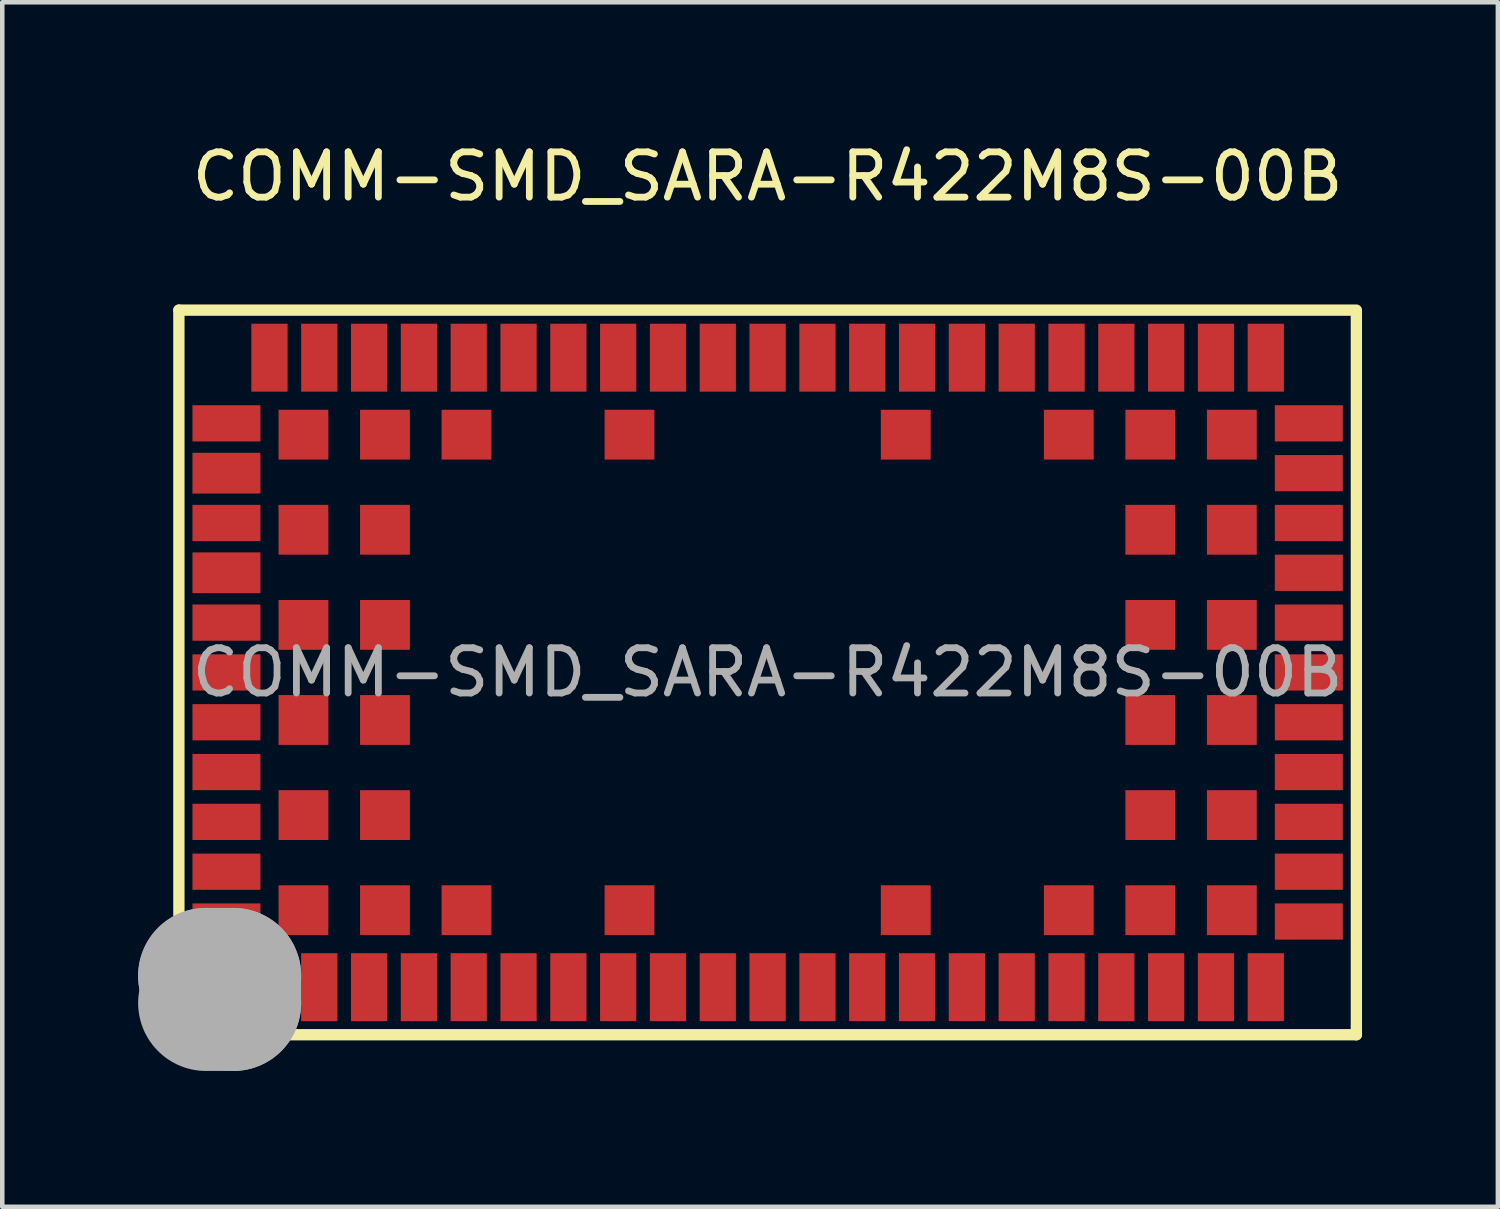
<source format=kicad_pcb>
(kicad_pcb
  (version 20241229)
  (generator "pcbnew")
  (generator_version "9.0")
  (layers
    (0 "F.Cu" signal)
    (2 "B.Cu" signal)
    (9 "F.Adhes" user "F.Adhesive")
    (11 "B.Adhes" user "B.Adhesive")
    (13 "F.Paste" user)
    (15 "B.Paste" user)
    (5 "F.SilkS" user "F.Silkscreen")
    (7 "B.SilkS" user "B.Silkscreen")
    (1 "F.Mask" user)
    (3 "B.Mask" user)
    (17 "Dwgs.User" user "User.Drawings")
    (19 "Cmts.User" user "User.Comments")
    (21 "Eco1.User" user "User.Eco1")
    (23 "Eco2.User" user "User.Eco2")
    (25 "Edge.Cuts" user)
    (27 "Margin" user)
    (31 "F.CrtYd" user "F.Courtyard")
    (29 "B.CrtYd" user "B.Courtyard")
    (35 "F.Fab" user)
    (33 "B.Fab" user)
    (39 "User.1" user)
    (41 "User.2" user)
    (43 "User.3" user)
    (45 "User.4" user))
  (footprint "COMM-SMD_SARA-R422M8S-00B"
    (layer "F.Cu")
    (at 13.9 11.798)
    (property "Reference" "COMM-SMD_SARA-R422M8S-00B" (at 0 -10.95 0) (layer "F.SilkS") (effects (font (size 1 1) (thickness 0.15))))
    (attr through_hole)
    (fp_line (start -13 -8) (end -13 8) (stroke (width 0.25) (type solid)) (layer "F.SilkS"))
    (fp_line (start -13 8) (end 13 8) (stroke (width 0.25) (type solid)) (layer "F.SilkS"))
    (fp_line (start 13 -8) (end -13 -8) (stroke (width 0.25) (type solid)) (layer "F.SilkS"))
    (fp_line (start 13 8) (end 13 -7.97) (stroke (width 0.25) (type solid)) (layer "F.SilkS"))
    (fp_line (start -12.4 6.7) (end -12.4 6.7) (stroke (width 3) (type solid)) (layer "F.Fab"))
    (fp_line (start -12.4 6.7) (end -11.8 6.7) (stroke (width 3) (type solid)) (layer "F.Fab"))
    (fp_line (start -11.8 6.7) (end -11.8 7.3) (stroke (width 3) (type solid)) (layer "F.Fab"))
    (fp_line (start -11.8 7.3) (end -12.4 7.3) (stroke (width 3) (type solid)) (layer "F.Fab"))
    (fp_circle (center -13 8) (end -12.97 8) (stroke (width 0.06) (type solid)) (fill no) (layer "F.Fab"))
    (fp_text user "${REFERENCE}" (at 0 0 0) (layer "F.Fab") (effects (font (size 1 1) (thickness 0.15))))
    (pad "1" smd rect (at -11 6.95 180) (size 0.8 1.5) (layers "F.Cu" "F.Mask" "F.Paste"))
    (pad "2" smd rect (at -9.9 6.95 180) (size 0.8 1.5) (layers "F.Cu" "F.Mask" "F.Paste"))
    (pad "3" smd rect (at -8.8 6.95 180) (size 0.8 1.5) (layers "F.Cu" "F.Mask" "F.Paste"))
    (pad "4" smd rect (at -7.7 6.95 180) (size 0.8 1.5) (layers "F.Cu" "F.Mask" "F.Paste"))
    (pad "5" smd rect (at -6.6 6.95 180) (size 0.8 1.5) (layers "F.Cu" "F.Mask" "F.Paste"))
    (pad "6" smd rect (at -5.5 6.95 180) (size 0.8 1.5) (layers "F.Cu" "F.Mask" "F.Paste"))
    (pad "7" smd rect (at -4.4 6.95 180) (size 0.8 1.5) (layers "F.Cu" "F.Mask" "F.Paste"))
    (pad "8" smd rect (at -3.3 6.95 180) (size 0.8 1.5) (layers "F.Cu" "F.Mask" "F.Paste"))
    (pad "9" smd rect (at -2.2 6.95 180) (size 0.8 1.5) (layers "F.Cu" "F.Mask" "F.Paste"))
    (pad "10" smd rect (at -1.1 6.95 180) (size 0.8 1.5) (layers "F.Cu" "F.Mask" "F.Paste"))
    (pad "11" smd rect (at 0 6.95 180) (size 0.8 1.5) (layers "F.Cu" "F.Mask" "F.Paste"))
    (pad "12" smd rect (at 1.1 6.95 180) (size 0.8 1.5) (layers "F.Cu" "F.Mask" "F.Paste"))
    (pad "13" smd rect (at 2.2 6.95 180) (size 0.8 1.5) (layers "F.Cu" "F.Mask" "F.Paste"))
    (pad "14" smd rect (at 3.3 6.95 180) (size 0.8 1.5) (layers "F.Cu" "F.Mask" "F.Paste"))
    (pad "15" smd rect (at 4.4 6.95 180) (size 0.8 1.5) (layers "F.Cu" "F.Mask" "F.Paste"))
    (pad "16" smd rect (at 5.5 6.95 180) (size 0.8 1.5) (layers "F.Cu" "F.Mask" "F.Paste"))
    (pad "17" smd rect (at 6.6 6.95 180) (size 0.8 1.5) (layers "F.Cu" "F.Mask" "F.Paste"))
    (pad "18" smd rect (at 7.7 6.95 180) (size 0.8 1.5) (layers "F.Cu" "F.Mask" "F.Paste"))
    (pad "19" smd rect (at 8.8 6.95 180) (size 0.8 1.5) (layers "F.Cu" "F.Mask" "F.Paste"))
    (pad "20" smd rect (at 9.9 6.95 180) (size 0.8 1.5) (layers "F.Cu" "F.Mask" "F.Paste"))
    (pad "21" smd rect (at 11 6.95 180) (size 0.8 1.5) (layers "F.Cu" "F.Mask" "F.Paste"))
    (pad "22" smd rect (at 11.95 5.5 180) (size 1.5 0.8) (layers "F.Cu" "F.Mask" "F.Paste"))
    (pad "23" smd rect (at 11.95 4.4 180) (size 1.5 0.8) (layers "F.Cu" "F.Mask" "F.Paste"))
    (pad "24" smd rect (at 11.95 3.3 180) (size 1.5 0.8) (layers "F.Cu" "F.Mask" "F.Paste"))
    (pad "25" smd rect (at 11.95 2.2 180) (size 1.5 0.8) (layers "F.Cu" "F.Mask" "F.Paste"))
    (pad "26" smd rect (at 11.95 1.1 180) (size 1.5 0.8) (layers "F.Cu" "F.Mask" "F.Paste"))
    (pad "27" smd rect (at 11.95 0 180) (size 1.5 0.8) (layers "F.Cu" "F.Mask" "F.Paste"))
    (pad "28" smd rect (at 11.95 -1.1 180) (size 1.5 0.8) (layers "F.Cu" "F.Mask" "F.Paste"))
    (pad "29" smd rect (at 11.95 -2.2 180) (size 1.5 0.8) (layers "F.Cu" "F.Mask" "F.Paste"))
    (pad "30" smd rect (at 11.95 -3.3 180) (size 1.5 0.8) (layers "F.Cu" "F.Mask" "F.Paste"))
    (pad "31" smd rect (at 11.95 -4.4 180) (size 1.5 0.8) (layers "F.Cu" "F.Mask" "F.Paste"))
    (pad "32" smd rect (at 11.95 -5.5 180) (size 1.5 0.8) (layers "F.Cu" "F.Mask" "F.Paste"))
    (pad "33" smd rect (at 11 -6.95 180) (size 0.8 1.5) (layers "F.Cu" "F.Mask" "F.Paste"))
    (pad "34" smd rect (at 9.9 -6.95 180) (size 0.8 1.5) (layers "F.Cu" "F.Mask" "F.Paste"))
    (pad "35" smd rect (at 8.8 -6.95 180) (size 0.8 1.5) (layers "F.Cu" "F.Mask" "F.Paste"))
    (pad "36" smd rect (at 7.7 -6.95 180) (size 0.8 1.5) (layers "F.Cu" "F.Mask" "F.Paste"))
    (pad "37" smd rect (at 6.6 -6.95 180) (size 0.8 1.5) (layers "F.Cu" "F.Mask" "F.Paste"))
    (pad "38" smd rect (at 5.5 -6.95 180) (size 0.8 1.5) (layers "F.Cu" "F.Mask" "F.Paste"))
    (pad "39" smd rect (at 4.4 -6.95 180) (size 0.8 1.5) (layers "F.Cu" "F.Mask" "F.Paste"))
    (pad "40" smd rect (at 3.3 -6.95 180) (size 0.8 1.5) (layers "F.Cu" "F.Mask" "F.Paste"))
    (pad "41" smd rect (at 2.2 -6.95 180) (size 0.8 1.5) (layers "F.Cu" "F.Mask" "F.Paste"))
    (pad "42" smd rect (at 1.1 -6.95 180) (size 0.8 1.5) (layers "F.Cu" "F.Mask" "F.Paste"))
    (pad "43" smd rect (at 0 -6.95 180) (size 0.8 1.5) (layers "F.Cu" "F.Mask" "F.Paste"))
    (pad "44" smd rect (at -1.1 -6.95 180) (size 0.8 1.5) (layers "F.Cu" "F.Mask" "F.Paste"))
    (pad "45" smd rect (at -2.2 -6.95 180) (size 0.8 1.5) (layers "F.Cu" "F.Mask" "F.Paste"))
    (pad "46" smd rect (at -3.3 -6.95 180) (size 0.8 1.5) (layers "F.Cu" "F.Mask" "F.Paste"))
    (pad "47" smd rect (at -4.4 -6.95 180) (size 0.8 1.5) (layers "F.Cu" "F.Mask" "F.Paste"))
    (pad "48" smd rect (at -5.5 -6.95 180) (size 0.8 1.5) (layers "F.Cu" "F.Mask" "F.Paste"))
    (pad "49" smd rect (at -6.6 -6.95 180) (size 0.8 1.5) (layers "F.Cu" "F.Mask" "F.Paste"))
    (pad "50" smd rect (at -7.7 -6.95 180) (size 0.8 1.5) (layers "F.Cu" "F.Mask" "F.Paste"))
    (pad "51" smd rect (at -8.8 -6.95 180) (size 0.8 1.5) (layers "F.Cu" "F.Mask" "F.Paste"))
    (pad "52" smd rect (at -9.9 -6.95 180) (size 0.8 1.5) (layers "F.Cu" "F.Mask" "F.Paste"))
    (pad "53" smd rect (at -11 -6.95 180) (size 0.8 1.5) (layers "F.Cu" "F.Mask" "F.Paste"))
    (pad "54" smd rect (at -11.95 -5.5 180) (size 1.5 0.8) (layers "F.Cu" "F.Mask" "F.Paste"))
    (pad "55" smd rect (at -11.95 -4.4 180) (size 1.5 0.9) (layers "F.Cu" "F.Mask" "F.Paste"))
    (pad "56" smd rect (at -11.95 -3.3 180) (size 1.5 0.8) (layers "F.Cu" "F.Mask" "F.Paste"))
    (pad "57" smd rect (at -11.95 -2.2 180) (size 1.5 0.9) (layers "F.Cu" "F.Mask" "F.Paste"))
    (pad "58" smd rect (at -11.95 -1.1 180) (size 1.5 0.8) (layers "F.Cu" "F.Mask" "F.Paste"))
    (pad "59" smd rect (at -11.95 0 180) (size 1.5 0.8) (layers "F.Cu" "F.Mask" "F.Paste"))
    (pad "60" smd rect (at -11.95 1.1 180) (size 1.5 0.8) (layers "F.Cu" "F.Mask" "F.Paste"))
    (pad "61" smd rect (at -11.95 2.2 180) (size 1.5 0.8) (layers "F.Cu" "F.Mask" "F.Paste"))
    (pad "62" smd rect (at -11.95 3.3 180) (size 1.5 0.8) (layers "F.Cu" "F.Mask" "F.Paste"))
    (pad "63" smd rect (at -11.95 4.4 180) (size 1.5 0.8) (layers "F.Cu" "F.Mask" "F.Paste"))
    (pad "64" smd rect (at -11.95 5.5 180) (size 1.5 0.8) (layers "F.Cu" "F.Mask" "F.Paste"))
    (pad "65" smd rect (at -10.25 5.25 180) (size 1.1 1.1) (layers "F.Cu" "F.Mask" "F.Paste"))
    (pad "66" smd rect (at -10.25 3.15 180) (size 1.1 1.1) (layers "F.Cu" "F.Mask" "F.Paste"))
    (pad "67" smd rect (at -10.25 1.05 180) (size 1.1 1.1) (layers "F.Cu" "F.Mask" "F.Paste"))
    (pad "68" smd rect (at -10.25 -1.05 180) (size 1.1 1.1) (layers "F.Cu" "F.Mask" "F.Paste"))
    (pad "69" smd rect (at -10.25 -3.15 180) (size 1.1 1.1) (layers "F.Cu" "F.Mask" "F.Paste"))
    (pad "70" smd rect (at -10.25 -5.25 180) (size 1.1 1.1) (layers "F.Cu" "F.Mask" "F.Paste"))
    (pad "71" smd rect (at -8.45 5.25 180) (size 1.1 1.1) (layers "F.Cu" "F.Mask" "F.Paste"))
    (pad "72" smd rect (at -8.45 3.15 180) (size 1.1 1.1) (layers "F.Cu" "F.Mask" "F.Paste"))
    (pad "73" smd rect (at -8.45 1.05 180) (size 1.1 1.1) (layers "F.Cu" "F.Mask" "F.Paste"))
    (pad "74" smd rect (at -8.45 -1.05 180) (size 1.1 1.1) (layers "F.Cu" "F.Mask" "F.Paste"))
    (pad "75" smd rect (at -8.45 -3.15 180) (size 1.1 1.1) (layers "F.Cu" "F.Mask" "F.Paste"))
    (pad "76" smd rect (at -8.45 -5.25 180) (size 1.1 1.1) (layers "F.Cu" "F.Mask" "F.Paste"))
    (pad "77" smd rect (at -6.65 5.25 180) (size 1.1 1.1) (layers "F.Cu" "F.Mask" "F.Paste"))
    (pad "78" smd rect (at -6.65 -5.25 180) (size 1.1 1.1) (layers "F.Cu" "F.Mask" "F.Paste"))
    (pad "79" smd rect (at -3.05 5.25 180) (size 1.1 1.1) (layers "F.Cu" "F.Mask" "F.Paste"))
    (pad "80" smd rect (at -3.05 -5.25 180) (size 1.1 1.1) (layers "F.Cu" "F.Mask" "F.Paste"))
    (pad "81" smd rect (at 3.05 5.25 180) (size 1.1 1.1) (layers "F.Cu" "F.Mask" "F.Paste"))
    (pad "82" smd rect (at 3.05 -5.25 180) (size 1.1 1.1) (layers "F.Cu" "F.Mask" "F.Paste"))
    (pad "83" smd rect (at 6.65 5.25 180) (size 1.1 1.1) (layers "F.Cu" "F.Mask" "F.Paste"))
    (pad "84" smd rect (at 6.65 -5.25 180) (size 1.1 1.1) (layers "F.Cu" "F.Mask" "F.Paste"))
    (pad "85" smd rect (at 8.45 5.25 180) (size 1.1 1.1) (layers "F.Cu" "F.Mask" "F.Paste"))
    (pad "86" smd rect (at 8.45 3.15 180) (size 1.1 1.1) (layers "F.Cu" "F.Mask" "F.Paste"))
    (pad "87" smd rect (at 8.45 1.05 180) (size 1.1 1.1) (layers "F.Cu" "F.Mask" "F.Paste"))
    (pad "88" smd rect (at 8.45 -1.05 180) (size 1.1 1.1) (layers "F.Cu" "F.Mask" "F.Paste"))
    (pad "89" smd rect (at 8.45 -3.15 180) (size 1.1 1.1) (layers "F.Cu" "F.Mask" "F.Paste"))
    (pad "90" smd rect (at 8.45 -5.25 180) (size 1.1 1.1) (layers "F.Cu" "F.Mask" "F.Paste"))
    (pad "91" smd rect (at 10.25 5.25 180) (size 1.1 1.1) (layers "F.Cu" "F.Mask" "F.Paste"))
    (pad "92" smd rect (at 10.25 3.15 180) (size 1.1 1.1) (layers "F.Cu" "F.Mask" "F.Paste"))
    (pad "93" smd rect (at 10.25 1.05 180) (size 1.1 1.1) (layers "F.Cu" "F.Mask" "F.Paste"))
    (pad "94" smd rect (at 10.25 -1.05 180) (size 1.1 1.1) (layers "F.Cu" "F.Mask" "F.Paste"))
    (pad "95" smd rect (at 10.25 -3.15 180) (size 1.1 1.1) (layers "F.Cu" "F.Mask" "F.Paste"))
    (pad "96" smd rect (at 10.25 -5.25 180) (size 1.1 1.1) (layers "F.Cu" "F.Mask" "F.Paste")))
  (gr_rect
    (start -3 -3)
    (end 30.025 23.598)
    (stroke (width 0.1) (type default))
    (fill no)
    (layer "Edge.Cuts")))
</source>
